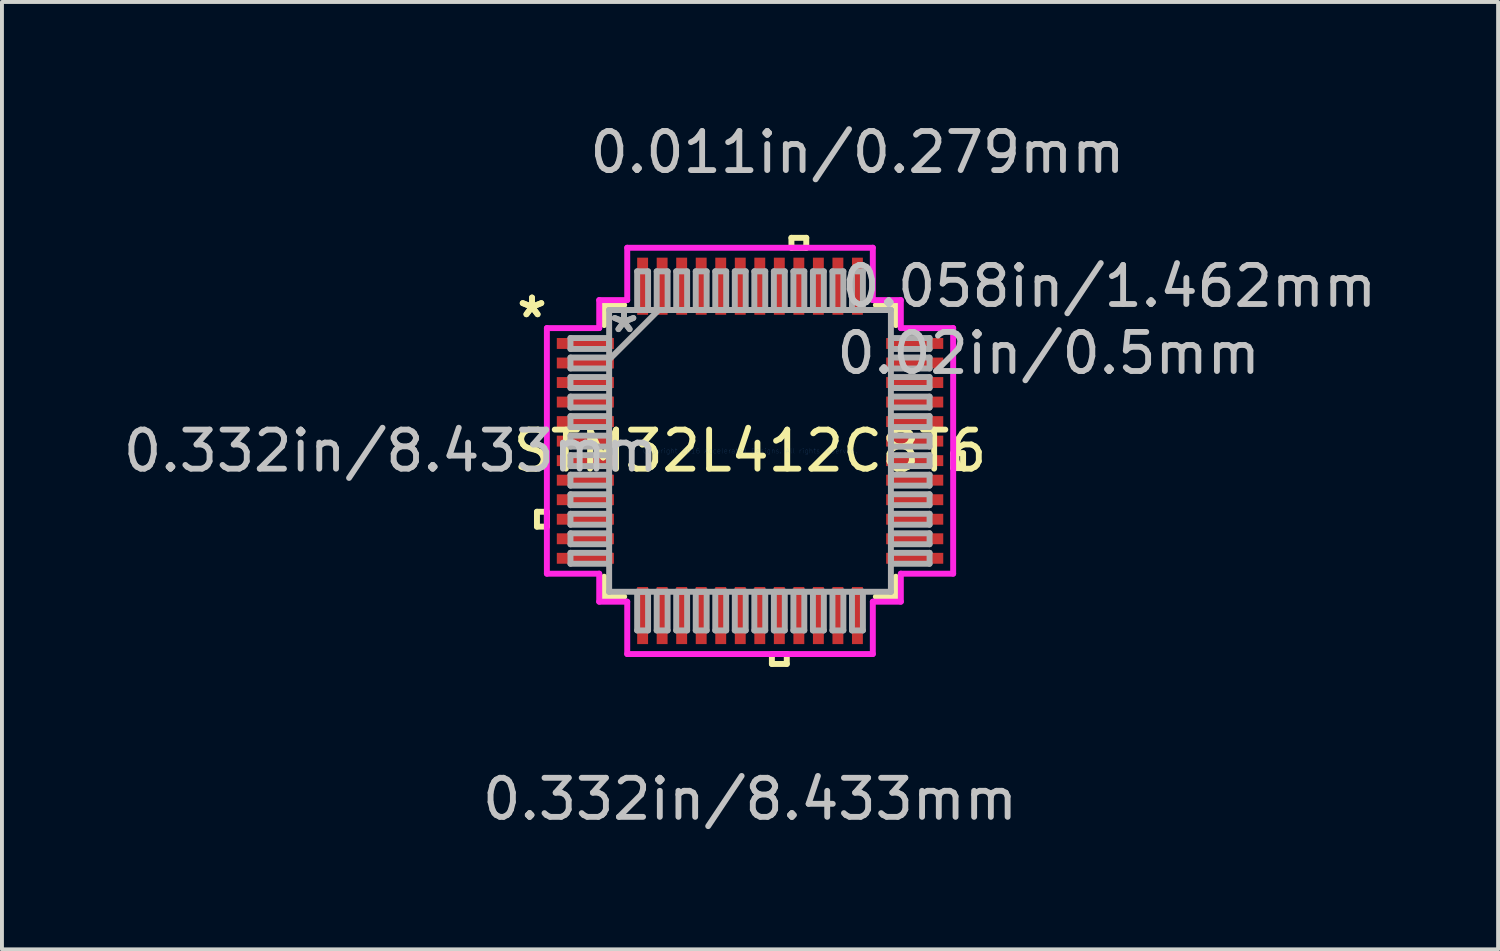
<source format=kicad_pcb>
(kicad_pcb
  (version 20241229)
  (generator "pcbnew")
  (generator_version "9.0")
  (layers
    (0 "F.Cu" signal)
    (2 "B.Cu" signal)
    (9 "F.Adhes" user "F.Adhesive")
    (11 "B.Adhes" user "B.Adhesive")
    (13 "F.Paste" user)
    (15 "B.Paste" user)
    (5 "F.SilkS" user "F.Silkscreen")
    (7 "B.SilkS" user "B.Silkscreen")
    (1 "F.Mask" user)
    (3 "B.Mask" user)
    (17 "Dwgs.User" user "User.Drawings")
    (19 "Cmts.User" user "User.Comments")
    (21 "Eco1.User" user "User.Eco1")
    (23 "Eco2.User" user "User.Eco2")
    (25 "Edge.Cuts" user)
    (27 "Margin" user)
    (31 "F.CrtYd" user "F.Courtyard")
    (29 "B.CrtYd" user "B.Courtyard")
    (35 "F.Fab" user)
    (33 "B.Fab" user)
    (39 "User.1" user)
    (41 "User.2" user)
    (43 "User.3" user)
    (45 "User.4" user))
  (footprint "STM32L412C8T6"
    (layer "F.Cu")
    (at 16.153 8.494)
    (property "Reference" "STM32L412C8T6" (at 0 0 0) (layer "F.SilkS") (effects (font (size 1 1) (thickness 0.15))))
    (attr through_hole)
    (fp_line (start -5.455 1.559) (end -5.455 1.94) (stroke (width 0.152) (type solid)) (layer "F.SilkS"))
    (fp_line (start -5.455 1.94) (end -5.201 1.94) (stroke (width 0.152) (type solid)) (layer "F.SilkS"))
    (fp_line (start -5.201 1.559) (end -5.455 1.559) (stroke (width 0.152) (type solid)) (layer "F.SilkS"))
    (fp_line (start -5.201 1.94) (end -5.201 1.559) (stroke (width 0.152) (type solid)) (layer "F.SilkS"))
    (fp_line (start -3.734 -3.734) (end -3.734 -3.222) (stroke (width 0.152) (type solid)) (layer "F.SilkS"))
    (fp_line (start -3.734 3.222) (end -3.734 3.734) (stroke (width 0.152) (type solid)) (layer "F.SilkS"))
    (fp_line (start -3.734 3.734) (end -3.222 3.734) (stroke (width 0.152) (type solid)) (layer "F.SilkS"))
    (fp_line (start -3.222 -3.734) (end -3.734 -3.734) (stroke (width 0.152) (type solid)) (layer "F.SilkS"))
    (fp_line (start 0.56 5.201) (end 0.56 5.455) (stroke (width 0.152) (type solid)) (layer "F.SilkS"))
    (fp_line (start 0.56 5.455) (end 0.941 5.455) (stroke (width 0.152) (type solid)) (layer "F.SilkS"))
    (fp_line (start 0.941 5.201) (end 0.56 5.201) (stroke (width 0.152) (type solid)) (layer "F.SilkS"))
    (fp_line (start 0.941 5.455) (end 0.941 5.201) (stroke (width 0.152) (type solid)) (layer "F.SilkS"))
    (fp_line (start 1.06 -5.455) (end 1.44 -5.455) (stroke (width 0.152) (type solid)) (layer "F.SilkS"))
    (fp_line (start 1.06 -5.201) (end 1.06 -5.455) (stroke (width 0.152) (type solid)) (layer "F.SilkS"))
    (fp_line (start 1.44 -5.455) (end 1.44 -5.201) (stroke (width 0.152) (type solid)) (layer "F.SilkS"))
    (fp_line (start 1.44 -5.201) (end 1.06 -5.201) (stroke (width 0.152) (type solid)) (layer "F.SilkS"))
    (fp_line (start 3.222 3.734) (end 3.734 3.734) (stroke (width 0.152) (type solid)) (layer "F.SilkS"))
    (fp_line (start 3.734 -3.734) (end 3.222 -3.734) (stroke (width 0.152) (type solid)) (layer "F.SilkS"))
    (fp_line (start 3.734 -3.222) (end 3.734 -3.734) (stroke (width 0.152) (type solid)) (layer "F.SilkS"))
    (fp_line (start 3.734 3.734) (end 3.734 3.222) (stroke (width 0.152) (type solid)) (layer "F.SilkS"))
    (fp_line (start 5.201 0.059) (end 5.455 0.059) (stroke (width 0.152) (type solid)) (layer "F.SilkS"))
    (fp_line (start 5.201 0.441) (end 5.201 0.059) (stroke (width 0.152) (type solid)) (layer "F.SilkS"))
    (fp_line (start 5.455 0.059) (end 5.455 0.441) (stroke (width 0.152) (type solid)) (layer "F.SilkS"))
    (fp_line (start 5.455 0.441) (end 5.201 0.441) (stroke (width 0.152) (type solid)) (layer "F.SilkS"))
    (fp_line (start -5.201 -3.144) (end -3.861 -3.144) (stroke (width 0.152) (type solid)) (layer "F.CrtYd"))
    (fp_line (start -5.201 3.144) (end -5.201 -3.144) (stroke (width 0.152) (type solid)) (layer "F.CrtYd"))
    (fp_line (start -3.861 -3.861) (end -3.144 -3.861) (stroke (width 0.152) (type solid)) (layer "F.CrtYd"))
    (fp_line (start -3.861 -3.144) (end -3.861 -3.861) (stroke (width 0.152) (type solid)) (layer "F.CrtYd"))
    (fp_line (start -3.861 3.144) (end -5.201 3.144) (stroke (width 0.152) (type solid)) (layer "F.CrtYd"))
    (fp_line (start -3.861 3.861) (end -3.861 3.144) (stroke (width 0.152) (type solid)) (layer "F.CrtYd"))
    (fp_line (start -3.144 -5.201) (end 3.144 -5.201) (stroke (width 0.152) (type solid)) (layer "F.CrtYd"))
    (fp_line (start -3.144 -3.861) (end -3.144 -5.201) (stroke (width 0.152) (type solid)) (layer "F.CrtYd"))
    (fp_line (start -3.144 3.861) (end -3.861 3.861) (stroke (width 0.152) (type solid)) (layer "F.CrtYd"))
    (fp_line (start -3.144 5.201) (end -3.144 3.861) (stroke (width 0.152) (type solid)) (layer "F.CrtYd"))
    (fp_line (start 3.144 -5.201) (end 3.144 -3.861) (stroke (width 0.152) (type solid)) (layer "F.CrtYd"))
    (fp_line (start 3.144 -3.861) (end 3.861 -3.861) (stroke (width 0.152) (type solid)) (layer "F.CrtYd"))
    (fp_line (start 3.144 3.861) (end 3.144 5.201) (stroke (width 0.152) (type solid)) (layer "F.CrtYd"))
    (fp_line (start 3.144 5.201) (end -3.144 5.201) (stroke (width 0.152) (type solid)) (layer "F.CrtYd"))
    (fp_line (start 3.861 -3.861) (end 3.861 -3.144) (stroke (width 0.152) (type solid)) (layer "F.CrtYd"))
    (fp_line (start 3.861 -3.144) (end 5.201 -3.144) (stroke (width 0.152) (type solid)) (layer "F.CrtYd"))
    (fp_line (start 3.861 3.144) (end 3.861 3.861) (stroke (width 0.152) (type solid)) (layer "F.CrtYd"))
    (fp_line (start 3.861 3.861) (end 3.144 3.861) (stroke (width 0.152) (type solid)) (layer "F.CrtYd"))
    (fp_line (start 5.201 -3.144) (end 5.201 3.144) (stroke (width 0.152) (type solid)) (layer "F.CrtYd"))
    (fp_line (start 5.201 3.144) (end 3.861 3.144) (stroke (width 0.152) (type solid)) (layer "F.CrtYd"))
    (fp_line (start -4.597 -2.89) (end -4.597 -2.61) (stroke (width 0.152) (type solid)) (layer "F.Fab"))
    (fp_line (start -4.597 -2.61) (end -3.607 -2.61) (stroke (width 0.152) (type solid)) (layer "F.Fab"))
    (fp_line (start -4.597 -2.39) (end -4.597 -2.11) (stroke (width 0.152) (type solid)) (layer "F.Fab"))
    (fp_line (start -4.597 -2.11) (end -3.607 -2.11) (stroke (width 0.152) (type solid)) (layer "F.Fab"))
    (fp_line (start -4.597 -1.89) (end -4.597 -1.61) (stroke (width 0.152) (type solid)) (layer "F.Fab"))
    (fp_line (start -4.597 -1.61) (end -3.607 -1.61) (stroke (width 0.152) (type solid)) (layer "F.Fab"))
    (fp_line (start -4.597 -1.39) (end -4.597 -1.11) (stroke (width 0.152) (type solid)) (layer "F.Fab"))
    (fp_line (start -4.597 -1.11) (end -3.607 -1.11) (stroke (width 0.152) (type solid)) (layer "F.Fab"))
    (fp_line (start -4.597 -0.89) (end -4.597 -0.61) (stroke (width 0.152) (type solid)) (layer "F.Fab"))
    (fp_line (start -4.597 -0.61) (end -3.607 -0.61) (stroke (width 0.152) (type solid)) (layer "F.Fab"))
    (fp_line (start -4.597 -0.39) (end -4.597 -0.11) (stroke (width 0.152) (type solid)) (layer "F.Fab"))
    (fp_line (start -4.597 -0.11) (end -3.607 -0.11) (stroke (width 0.152) (type solid)) (layer "F.Fab"))
    (fp_line (start -4.597 0.11) (end -4.597 0.39) (stroke (width 0.152) (type solid)) (layer "F.Fab"))
    (fp_line (start -4.597 0.39) (end -3.607 0.39) (stroke (width 0.152) (type solid)) (layer "F.Fab"))
    (fp_line (start -4.597 0.61) (end -4.597 0.89) (stroke (width 0.152) (type solid)) (layer "F.Fab"))
    (fp_line (start -4.597 0.89) (end -3.607 0.89) (stroke (width 0.152) (type solid)) (layer "F.Fab"))
    (fp_line (start -4.597 1.11) (end -4.597 1.39) (stroke (width 0.152) (type solid)) (layer "F.Fab"))
    (fp_line (start -4.597 1.39) (end -3.607 1.39) (stroke (width 0.152) (type solid)) (layer "F.Fab"))
    (fp_line (start -4.597 1.61) (end -4.597 1.89) (stroke (width 0.152) (type solid)) (layer "F.Fab"))
    (fp_line (start -4.597 1.89) (end -3.607 1.89) (stroke (width 0.152) (type solid)) (layer "F.Fab"))
    (fp_line (start -4.597 2.11) (end -4.597 2.39) (stroke (width 0.152) (type solid)) (layer "F.Fab"))
    (fp_line (start -4.597 2.39) (end -3.607 2.39) (stroke (width 0.152) (type solid)) (layer "F.Fab"))
    (fp_line (start -4.597 2.61) (end -4.597 2.89) (stroke (width 0.152) (type solid)) (layer "F.Fab"))
    (fp_line (start -4.597 2.89) (end -3.607 2.89) (stroke (width 0.152) (type solid)) (layer "F.Fab"))
    (fp_line (start -3.607 -3.607) (end -3.607 -3.607) (stroke (width 0.152) (type solid)) (layer "F.Fab"))
    (fp_line (start -3.607 -3.607) (end -3.607 3.607) (stroke (width 0.152) (type solid)) (layer "F.Fab"))
    (fp_line (start -3.607 -2.89) (end -4.597 -2.89) (stroke (width 0.152) (type solid)) (layer "F.Fab"))
    (fp_line (start -3.607 -2.61) (end -3.607 -2.89) (stroke (width 0.152) (type solid)) (layer "F.Fab"))
    (fp_line (start -3.607 -2.39) (end -4.597 -2.39) (stroke (width 0.152) (type solid)) (layer "F.Fab"))
    (fp_line (start -3.607 -2.337) (end -2.337 -3.607) (stroke (width 0.152) (type solid)) (layer "F.Fab"))
    (fp_line (start -3.607 -2.11) (end -3.607 -2.39) (stroke (width 0.152) (type solid)) (layer "F.Fab"))
    (fp_line (start -3.607 -1.89) (end -4.597 -1.89) (stroke (width 0.152) (type solid)) (layer "F.Fab"))
    (fp_line (start -3.607 -1.61) (end -3.607 -1.89) (stroke (width 0.152) (type solid)) (layer "F.Fab"))
    (fp_line (start -3.607 -1.39) (end -4.597 -1.39) (stroke (width 0.152) (type solid)) (layer "F.Fab"))
    (fp_line (start -3.607 -1.11) (end -3.607 -1.39) (stroke (width 0.152) (type solid)) (layer "F.Fab"))
    (fp_line (start -3.607 -0.89) (end -4.597 -0.89) (stroke (width 0.152) (type solid)) (layer "F.Fab"))
    (fp_line (start -3.607 -0.61) (end -3.607 -0.89) (stroke (width 0.152) (type solid)) (layer "F.Fab"))
    (fp_line (start -3.607 -0.39) (end -4.597 -0.39) (stroke (width 0.152) (type solid)) (layer "F.Fab"))
    (fp_line (start -3.607 -0.11) (end -3.607 -0.39) (stroke (width 0.152) (type solid)) (layer "F.Fab"))
    (fp_line (start -3.607 0.11) (end -4.597 0.11) (stroke (width 0.152) (type solid)) (layer "F.Fab"))
    (fp_line (start -3.607 0.39) (end -3.607 0.11) (stroke (width 0.152) (type solid)) (layer "F.Fab"))
    (fp_line (start -3.607 0.61) (end -4.597 0.61) (stroke (width 0.152) (type solid)) (layer "F.Fab"))
    (fp_line (start -3.607 0.89) (end -3.607 0.61) (stroke (width 0.152) (type solid)) (layer "F.Fab"))
    (fp_line (start -3.607 1.11) (end -4.597 1.11) (stroke (width 0.152) (type solid)) (layer "F.Fab"))
    (fp_line (start -3.607 1.39) (end -3.607 1.11) (stroke (width 0.152) (type solid)) (layer "F.Fab"))
    (fp_line (start -3.607 1.61) (end -4.597 1.61) (stroke (width 0.152) (type solid)) (layer "F.Fab"))
    (fp_line (start -3.607 1.89) (end -3.607 1.61) (stroke (width 0.152) (type solid)) (layer "F.Fab"))
    (fp_line (start -3.607 2.11) (end -4.597 2.11) (stroke (width 0.152) (type solid)) (layer "F.Fab"))
    (fp_line (start -3.607 2.39) (end -3.607 2.11) (stroke (width 0.152) (type solid)) (layer "F.Fab"))
    (fp_line (start -3.607 2.61) (end -4.597 2.61) (stroke (width 0.152) (type solid)) (layer "F.Fab"))
    (fp_line (start -3.607 2.89) (end -3.607 2.61) (stroke (width 0.152) (type solid)) (layer "F.Fab"))
    (fp_line (start -3.607 3.607) (end -3.607 3.607) (stroke (width 0.152) (type solid)) (layer "F.Fab"))
    (fp_line (start -3.607 3.607) (end 3.607 3.607) (stroke (width 0.152) (type solid)) (layer "F.Fab"))
    (fp_line (start -2.89 -4.597) (end -2.89 -3.607) (stroke (width 0.152) (type solid)) (layer "F.Fab"))
    (fp_line (start -2.89 -3.607) (end -2.61 -3.607) (stroke (width 0.152) (type solid)) (layer "F.Fab"))
    (fp_line (start -2.89 3.607) (end -2.89 4.597) (stroke (width 0.152) (type solid)) (layer "F.Fab"))
    (fp_line (start -2.89 4.597) (end -2.61 4.597) (stroke (width 0.152) (type solid)) (layer "F.Fab"))
    (fp_line (start -2.61 -4.597) (end -2.89 -4.597) (stroke (width 0.152) (type solid)) (layer "F.Fab"))
    (fp_line (start -2.61 -3.607) (end -2.61 -4.597) (stroke (width 0.152) (type solid)) (layer "F.Fab"))
    (fp_line (start -2.61 3.607) (end -2.89 3.607) (stroke (width 0.152) (type solid)) (layer "F.Fab"))
    (fp_line (start -2.61 4.597) (end -2.61 3.607) (stroke (width 0.152) (type solid)) (layer "F.Fab"))
    (fp_line (start -2.39 -4.597) (end -2.39 -3.607) (stroke (width 0.152) (type solid)) (layer "F.Fab"))
    (fp_line (start -2.39 -3.607) (end -2.11 -3.607) (stroke (width 0.152) (type solid)) (layer "F.Fab"))
    (fp_line (start -2.39 3.607) (end -2.39 4.597) (stroke (width 0.152) (type solid)) (layer "F.Fab"))
    (fp_line (start -2.39 4.597) (end -2.11 4.597) (stroke (width 0.152) (type solid)) (layer "F.Fab"))
    (fp_line (start -2.11 -4.597) (end -2.39 -4.597) (stroke (width 0.152) (type solid)) (layer "F.Fab"))
    (fp_line (start -2.11 -3.607) (end -2.11 -4.597) (stroke (width 0.152) (type solid)) (layer "F.Fab"))
    (fp_line (start -2.11 3.607) (end -2.39 3.607) (stroke (width 0.152) (type solid)) (layer "F.Fab"))
    (fp_line (start -2.11 4.597) (end -2.11 3.607) (stroke (width 0.152) (type solid)) (layer "F.Fab"))
    (fp_line (start -1.89 -4.597) (end -1.89 -3.607) (stroke (width 0.152) (type solid)) (layer "F.Fab"))
    (fp_line (start -1.89 -3.607) (end -1.61 -3.607) (stroke (width 0.152) (type solid)) (layer "F.Fab"))
    (fp_line (start -1.89 3.607) (end -1.89 4.597) (stroke (width 0.152) (type solid)) (layer "F.Fab"))
    (fp_line (start -1.89 4.597) (end -1.61 4.597) (stroke (width 0.152) (type solid)) (layer "F.Fab"))
    (fp_line (start -1.61 -4.597) (end -1.89 -4.597) (stroke (width 0.152) (type solid)) (layer "F.Fab"))
    (fp_line (start -1.61 -3.607) (end -1.61 -4.597) (stroke (width 0.152) (type solid)) (layer "F.Fab"))
    (fp_line (start -1.61 3.607) (end -1.89 3.607) (stroke (width 0.152) (type solid)) (layer "F.Fab"))
    (fp_line (start -1.61 4.597) (end -1.61 3.607) (stroke (width 0.152) (type solid)) (layer "F.Fab"))
    (fp_line (start -1.39 -4.597) (end -1.39 -3.607) (stroke (width 0.152) (type solid)) (layer "F.Fab"))
    (fp_line (start -1.39 -3.607) (end -1.11 -3.607) (stroke (width 0.152) (type solid)) (layer "F.Fab"))
    (fp_line (start -1.39 3.607) (end -1.39 4.597) (stroke (width 0.152) (type solid)) (layer "F.Fab"))
    (fp_line (start -1.39 4.597) (end -1.11 4.597) (stroke (width 0.152) (type solid)) (layer "F.Fab"))
    (fp_line (start -1.11 -4.597) (end -1.39 -4.597) (stroke (width 0.152) (type solid)) (layer "F.Fab"))
    (fp_line (start -1.11 -3.607) (end -1.11 -4.597) (stroke (width 0.152) (type solid)) (layer "F.Fab"))
    (fp_line (start -1.11 3.607) (end -1.39 3.607) (stroke (width 0.152) (type solid)) (layer "F.Fab"))
    (fp_line (start -1.11 4.597) (end -1.11 3.607) (stroke (width 0.152) (type solid)) (layer "F.Fab"))
    (fp_line (start -0.89 -4.597) (end -0.89 -3.607) (stroke (width 0.152) (type solid)) (layer "F.Fab"))
    (fp_line (start -0.89 -3.607) (end -0.61 -3.607) (stroke (width 0.152) (type solid)) (layer "F.Fab"))
    (fp_line (start -0.89 3.607) (end -0.89 4.597) (stroke (width 0.152) (type solid)) (layer "F.Fab"))
    (fp_line (start -0.89 4.597) (end -0.61 4.597) (stroke (width 0.152) (type solid)) (layer "F.Fab"))
    (fp_line (start -0.61 -4.597) (end -0.89 -4.597) (stroke (width 0.152) (type solid)) (layer "F.Fab"))
    (fp_line (start -0.61 -3.607) (end -0.61 -4.597) (stroke (width 0.152) (type solid)) (layer "F.Fab"))
    (fp_line (start -0.61 3.607) (end -0.89 3.607) (stroke (width 0.152) (type solid)) (layer "F.Fab"))
    (fp_line (start -0.61 4.597) (end -0.61 3.607) (stroke (width 0.152) (type solid)) (layer "F.Fab"))
    (fp_line (start -0.39 -4.597) (end -0.39 -3.607) (stroke (width 0.152) (type solid)) (layer "F.Fab"))
    (fp_line (start -0.39 -3.607) (end -0.11 -3.607) (stroke (width 0.152) (type solid)) (layer "F.Fab"))
    (fp_line (start -0.39 3.607) (end -0.39 4.597) (stroke (width 0.152) (type solid)) (layer "F.Fab"))
    (fp_line (start -0.39 4.597) (end -0.11 4.597) (stroke (width 0.152) (type solid)) (layer "F.Fab"))
    (fp_line (start -0.11 -4.597) (end -0.39 -4.597) (stroke (width 0.152) (type solid)) (layer "F.Fab"))
    (fp_line (start -0.11 -3.607) (end -0.11 -4.597) (stroke (width 0.152) (type solid)) (layer "F.Fab"))
    (fp_line (start -0.11 3.607) (end -0.39 3.607) (stroke (width 0.152) (type solid)) (layer "F.Fab"))
    (fp_line (start -0.11 4.597) (end -0.11 3.607) (stroke (width 0.152) (type solid)) (layer "F.Fab"))
    (fp_line (start 0.11 -4.597) (end 0.11 -3.607) (stroke (width 0.152) (type solid)) (layer "F.Fab"))
    (fp_line (start 0.11 -3.607) (end 0.39 -3.607) (stroke (width 0.152) (type solid)) (layer "F.Fab"))
    (fp_line (start 0.11 3.607) (end 0.11 4.597) (stroke (width 0.152) (type solid)) (layer "F.Fab"))
    (fp_line (start 0.11 4.597) (end 0.39 4.597) (stroke (width 0.152) (type solid)) (layer "F.Fab"))
    (fp_line (start 0.39 -4.597) (end 0.11 -4.597) (stroke (width 0.152) (type solid)) (layer "F.Fab"))
    (fp_line (start 0.39 -3.607) (end 0.39 -4.597) (stroke (width 0.152) (type solid)) (layer "F.Fab"))
    (fp_line (start 0.39 3.607) (end 0.11 3.607) (stroke (width 0.152) (type solid)) (layer "F.Fab"))
    (fp_line (start 0.39 4.597) (end 0.39 3.607) (stroke (width 0.152) (type solid)) (layer "F.Fab"))
    (fp_line (start 0.61 -4.597) (end 0.61 -3.607) (stroke (width 0.152) (type solid)) (layer "F.Fab"))
    (fp_line (start 0.61 -3.607) (end 0.89 -3.607) (stroke (width 0.152) (type solid)) (layer "F.Fab"))
    (fp_line (start 0.61 3.607) (end 0.61 4.597) (stroke (width 0.152) (type solid)) (layer "F.Fab"))
    (fp_line (start 0.61 4.597) (end 0.89 4.597) (stroke (width 0.152) (type solid)) (layer "F.Fab"))
    (fp_line (start 0.89 -4.597) (end 0.61 -4.597) (stroke (width 0.152) (type solid)) (layer "F.Fab"))
    (fp_line (start 0.89 -3.607) (end 0.89 -4.597) (stroke (width 0.152) (type solid)) (layer "F.Fab"))
    (fp_line (start 0.89 3.607) (end 0.61 3.607) (stroke (width 0.152) (type solid)) (layer "F.Fab"))
    (fp_line (start 0.89 4.597) (end 0.89 3.607) (stroke (width 0.152) (type solid)) (layer "F.Fab"))
    (fp_line (start 1.11 -4.597) (end 1.11 -3.607) (stroke (width 0.152) (type solid)) (layer "F.Fab"))
    (fp_line (start 1.11 -3.607) (end 1.39 -3.607) (stroke (width 0.152) (type solid)) (layer "F.Fab"))
    (fp_line (start 1.11 3.607) (end 1.11 4.597) (stroke (width 0.152) (type solid)) (layer "F.Fab"))
    (fp_line (start 1.11 4.597) (end 1.39 4.597) (stroke (width 0.152) (type solid)) (layer "F.Fab"))
    (fp_line (start 1.39 -4.597) (end 1.11 -4.597) (stroke (width 0.152) (type solid)) (layer "F.Fab"))
    (fp_line (start 1.39 -3.607) (end 1.39 -4.597) (stroke (width 0.152) (type solid)) (layer "F.Fab"))
    (fp_line (start 1.39 3.607) (end 1.11 3.607) (stroke (width 0.152) (type solid)) (layer "F.Fab"))
    (fp_line (start 1.39 4.597) (end 1.39 3.607) (stroke (width 0.152) (type solid)) (layer "F.Fab"))
    (fp_line (start 1.61 -4.597) (end 1.61 -3.607) (stroke (width 0.152) (type solid)) (layer "F.Fab"))
    (fp_line (start 1.61 -3.607) (end 1.89 -3.607) (stroke (width 0.152) (type solid)) (layer "F.Fab"))
    (fp_line (start 1.61 3.607) (end 1.61 4.597) (stroke (width 0.152) (type solid)) (layer "F.Fab"))
    (fp_line (start 1.61 4.597) (end 1.89 4.597) (stroke (width 0.152) (type solid)) (layer "F.Fab"))
    (fp_line (start 1.89 -4.597) (end 1.61 -4.597) (stroke (width 0.152) (type solid)) (layer "F.Fab"))
    (fp_line (start 1.89 -3.607) (end 1.89 -4.597) (stroke (width 0.152) (type solid)) (layer "F.Fab"))
    (fp_line (start 1.89 3.607) (end 1.61 3.607) (stroke (width 0.152) (type solid)) (layer "F.Fab"))
    (fp_line (start 1.89 4.597) (end 1.89 3.607) (stroke (width 0.152) (type solid)) (layer "F.Fab"))
    (fp_line (start 2.11 -4.597) (end 2.11 -3.607) (stroke (width 0.152) (type solid)) (layer "F.Fab"))
    (fp_line (start 2.11 -3.607) (end 2.39 -3.607) (stroke (width 0.152) (type solid)) (layer "F.Fab"))
    (fp_line (start 2.11 3.607) (end 2.11 4.597) (stroke (width 0.152) (type solid)) (layer "F.Fab"))
    (fp_line (start 2.11 4.597) (end 2.39 4.597) (stroke (width 0.152) (type solid)) (layer "F.Fab"))
    (fp_line (start 2.39 -4.597) (end 2.11 -4.597) (stroke (width 0.152) (type solid)) (layer "F.Fab"))
    (fp_line (start 2.39 -3.607) (end 2.39 -4.597) (stroke (width 0.152) (type solid)) (layer "F.Fab"))
    (fp_line (start 2.39 3.607) (end 2.11 3.607) (stroke (width 0.152) (type solid)) (layer "F.Fab"))
    (fp_line (start 2.39 4.597) (end 2.39 3.607) (stroke (width 0.152) (type solid)) (layer "F.Fab"))
    (fp_line (start 2.61 -4.597) (end 2.61 -3.607) (stroke (width 0.152) (type solid)) (layer "F.Fab"))
    (fp_line (start 2.61 -3.607) (end 2.89 -3.607) (stroke (width 0.152) (type solid)) (layer "F.Fab"))
    (fp_line (start 2.61 3.607) (end 2.61 4.597) (stroke (width 0.152) (type solid)) (layer "F.Fab"))
    (fp_line (start 2.61 4.597) (end 2.89 4.597) (stroke (width 0.152) (type solid)) (layer "F.Fab"))
    (fp_line (start 2.89 -4.597) (end 2.61 -4.597) (stroke (width 0.152) (type solid)) (layer "F.Fab"))
    (fp_line (start 2.89 -3.607) (end 2.89 -4.597) (stroke (width 0.152) (type solid)) (layer "F.Fab"))
    (fp_line (start 2.89 3.607) (end 2.61 3.607) (stroke (width 0.152) (type solid)) (layer "F.Fab"))
    (fp_line (start 2.89 4.597) (end 2.89 3.607) (stroke (width 0.152) (type solid)) (layer "F.Fab"))
    (fp_line (start 3.607 -3.607) (end -3.607 -3.607) (stroke (width 0.152) (type solid)) (layer "F.Fab"))
    (fp_line (start 3.607 -3.607) (end 3.607 -3.607) (stroke (width 0.152) (type solid)) (layer "F.Fab"))
    (fp_line (start 3.607 -2.89) (end 3.607 -2.61) (stroke (width 0.152) (type solid)) (layer "F.Fab"))
    (fp_line (start 3.607 -2.61) (end 4.597 -2.61) (stroke (width 0.152) (type solid)) (layer "F.Fab"))
    (fp_line (start 3.607 -2.39) (end 3.607 -2.11) (stroke (width 0.152) (type solid)) (layer "F.Fab"))
    (fp_line (start 3.607 -2.11) (end 4.597 -2.11) (stroke (width 0.152) (type solid)) (layer "F.Fab"))
    (fp_line (start 3.607 -1.89) (end 3.607 -1.61) (stroke (width 0.152) (type solid)) (layer "F.Fab"))
    (fp_line (start 3.607 -1.61) (end 4.597 -1.61) (stroke (width 0.152) (type solid)) (layer "F.Fab"))
    (fp_line (start 3.607 -1.39) (end 3.607 -1.11) (stroke (width 0.152) (type solid)) (layer "F.Fab"))
    (fp_line (start 3.607 -1.11) (end 4.597 -1.11) (stroke (width 0.152) (type solid)) (layer "F.Fab"))
    (fp_line (start 3.607 -0.89) (end 3.607 -0.61) (stroke (width 0.152) (type solid)) (layer "F.Fab"))
    (fp_line (start 3.607 -0.61) (end 4.597 -0.61) (stroke (width 0.152) (type solid)) (layer "F.Fab"))
    (fp_line (start 3.607 -0.39) (end 3.607 -0.11) (stroke (width 0.152) (type solid)) (layer "F.Fab"))
    (fp_line (start 3.607 -0.11) (end 4.597 -0.11) (stroke (width 0.152) (type solid)) (layer "F.Fab"))
    (fp_line (start 3.607 0.11) (end 3.607 0.39) (stroke (width 0.152) (type solid)) (layer "F.Fab"))
    (fp_line (start 3.607 0.39) (end 4.597 0.39) (stroke (width 0.152) (type solid)) (layer "F.Fab"))
    (fp_line (start 3.607 0.61) (end 3.607 0.89) (stroke (width 0.152) (type solid)) (layer "F.Fab"))
    (fp_line (start 3.607 0.89) (end 4.597 0.89) (stroke (width 0.152) (type solid)) (layer "F.Fab"))
    (fp_line (start 3.607 1.11) (end 3.607 1.39) (stroke (width 0.152) (type solid)) (layer "F.Fab"))
    (fp_line (start 3.607 1.39) (end 4.597 1.39) (stroke (width 0.152) (type solid)) (layer "F.Fab"))
    (fp_line (start 3.607 1.61) (end 3.607 1.89) (stroke (width 0.152) (type solid)) (layer "F.Fab"))
    (fp_line (start 3.607 1.89) (end 4.597 1.89) (stroke (width 0.152) (type solid)) (layer "F.Fab"))
    (fp_line (start 3.607 2.11) (end 3.607 2.39) (stroke (width 0.152) (type solid)) (layer "F.Fab"))
    (fp_line (start 3.607 2.39) (end 4.597 2.39) (stroke (width 0.152) (type solid)) (layer "F.Fab"))
    (fp_line (start 3.607 2.61) (end 3.607 2.89) (stroke (width 0.152) (type solid)) (layer "F.Fab"))
    (fp_line (start 3.607 2.89) (end 4.597 2.89) (stroke (width 0.152) (type solid)) (layer "F.Fab"))
    (fp_line (start 3.607 3.607) (end 3.607 -3.607) (stroke (width 0.152) (type solid)) (layer "F.Fab"))
    (fp_line (start 3.607 3.607) (end 3.607 3.607) (stroke (width 0.152) (type solid)) (layer "F.Fab"))
    (fp_line (start 4.597 -2.89) (end 3.607 -2.89) (stroke (width 0.152) (type solid)) (layer "F.Fab"))
    (fp_line (start 4.597 -2.61) (end 4.597 -2.89) (stroke (width 0.152) (type solid)) (layer "F.Fab"))
    (fp_line (start 4.597 -2.39) (end 3.607 -2.39) (stroke (width 0.152) (type solid)) (layer "F.Fab"))
    (fp_line (start 4.597 -2.11) (end 4.597 -2.39) (stroke (width 0.152) (type solid)) (layer "F.Fab"))
    (fp_line (start 4.597 -1.89) (end 3.607 -1.89) (stroke (width 0.152) (type solid)) (layer "F.Fab"))
    (fp_line (start 4.597 -1.61) (end 4.597 -1.89) (stroke (width 0.152) (type solid)) (layer "F.Fab"))
    (fp_line (start 4.597 -1.39) (end 3.607 -1.39) (stroke (width 0.152) (type solid)) (layer "F.Fab"))
    (fp_line (start 4.597 -1.11) (end 4.597 -1.39) (stroke (width 0.152) (type solid)) (layer "F.Fab"))
    (fp_line (start 4.597 -0.89) (end 3.607 -0.89) (stroke (width 0.152) (type solid)) (layer "F.Fab"))
    (fp_line (start 4.597 -0.61) (end 4.597 -0.89) (stroke (width 0.152) (type solid)) (layer "F.Fab"))
    (fp_line (start 4.597 -0.39) (end 3.607 -0.39) (stroke (width 0.152) (type solid)) (layer "F.Fab"))
    (fp_line (start 4.597 -0.11) (end 4.597 -0.39) (stroke (width 0.152) (type solid)) (layer "F.Fab"))
    (fp_line (start 4.597 0.11) (end 3.607 0.11) (stroke (width 0.152) (type solid)) (layer "F.Fab"))
    (fp_line (start 4.597 0.39) (end 4.597 0.11) (stroke (width 0.152) (type solid)) (layer "F.Fab"))
    (fp_line (start 4.597 0.61) (end 3.607 0.61) (stroke (width 0.152) (type solid)) (layer "F.Fab"))
    (fp_line (start 4.597 0.89) (end 4.597 0.61) (stroke (width 0.152) (type solid)) (layer "F.Fab"))
    (fp_line (start 4.597 1.11) (end 3.607 1.11) (stroke (width 0.152) (type solid)) (layer "F.Fab"))
    (fp_line (start 4.597 1.39) (end 4.597 1.11) (stroke (width 0.152) (type solid)) (layer "F.Fab"))
    (fp_line (start 4.597 1.61) (end 3.607 1.61) (stroke (width 0.152) (type solid)) (layer "F.Fab"))
    (fp_line (start 4.597 1.89) (end 4.597 1.61) (stroke (width 0.152) (type solid)) (layer "F.Fab"))
    (fp_line (start 4.597 2.11) (end 3.607 2.11) (stroke (width 0.152) (type solid)) (layer "F.Fab"))
    (fp_line (start 4.597 2.39) (end 4.597 2.11) (stroke (width 0.152) (type solid)) (layer "F.Fab"))
    (fp_line (start 4.597 2.61) (end 3.607 2.61) (stroke (width 0.152) (type solid)) (layer "F.Fab"))
    (fp_line (start 4.597 2.89) (end 4.597 2.61) (stroke (width 0.152) (type solid)) (layer "F.Fab"))
    (fp_text user "*" (at -5.582 -3.381 0) (layer "F.SilkS") (effects (font (size 1 1) (thickness 0.15))))
    (fp_text user "*" (at -5.582 -3.381 0) (layer "F.SilkS") (effects (font (size 1 1) (thickness 0.15))))
    (fp_text user "0.02in/0.5mm" (at 7.645 -2.5 0) (layer "Dwgs.User") (effects (font (size 1 1) (thickness 0.15))))
    (fp_text user "0.332in/8.433mm" (at -9.195 0 0) (layer "Dwgs.User") (effects (font (size 1 1) (thickness 0.15))))
    (fp_text user "0.011in/0.279mm" (at 2.75 -7.645 0) (layer "Dwgs.User") (effects (font (size 1 1) (thickness 0.15))))
    (fp_text user "0.058in/1.462mm" (at 9.195 -4.216 0) (layer "Dwgs.User") (effects (font (size 1 1) (thickness 0.15))))
    (fp_text user "0.332in/8.433mm" (at 0 8.915 0) (layer "Dwgs.User") (effects (font (size 1 1) (thickness 0.15))))
    (fp_text user "Copyright 2016 Accelerated Designs. All rights reserved." (at 0 0 0) (layer "Cmts.User") (effects (font (size 0.127 0.127) (thickness 0.002))))
    (fp_text user "*" (at -3.226 -3 0) (layer "F.Fab") (effects (font (size 1 1) (thickness 0.15))))
    (fp_text user "*" (at -3.226 -3 0) (layer "F.Fab") (effects (font (size 1 1) (thickness 0.15))))
    (pad "1" smd rect (at -4.216 -2.75 90) (size 0.279 1.462) (layers "F.Cu" "F.Mask" "F.Paste"))
    (pad "2" smd rect (at -4.216 -2.25 90) (size 0.279 1.462) (layers "F.Cu" "F.Mask" "F.Paste"))
    (pad "3" smd rect (at -4.216 -1.75 90) (size 0.279 1.462) (layers "F.Cu" "F.Mask" "F.Paste"))
    (pad "4" smd rect (at -4.216 -1.25 90) (size 0.279 1.462) (layers "F.Cu" "F.Mask" "F.Paste"))
    (pad "5" smd rect (at -4.216 -0.75 90) (size 0.279 1.462) (layers "F.Cu" "F.Mask" "F.Paste"))
    (pad "6" smd rect (at -4.216 -0.25 90) (size 0.279 1.462) (layers "F.Cu" "F.Mask" "F.Paste"))
    (pad "7" smd rect (at -4.216 0.25 90) (size 0.279 1.462) (layers "F.Cu" "F.Mask" "F.Paste"))
    (pad "8" smd rect (at -4.216 0.75 90) (size 0.279 1.462) (layers "F.Cu" "F.Mask" "F.Paste"))
    (pad "9" smd rect (at -4.216 1.25 90) (size 0.279 1.462) (layers "F.Cu" "F.Mask" "F.Paste"))
    (pad "10" smd rect (at -4.216 1.75 90) (size 0.279 1.462) (layers "F.Cu" "F.Mask" "F.Paste"))
    (pad "11" smd rect (at -4.216 2.25 90) (size 0.279 1.462) (layers "F.Cu" "F.Mask" "F.Paste"))
    (pad "12" smd rect (at -4.216 2.75 90) (size 0.279 1.462) (layers "F.Cu" "F.Mask" "F.Paste"))
    (pad "13" smd rect (at -2.75 4.216) (size 0.279 1.462) (layers "F.Cu" "F.Mask" "F.Paste"))
    (pad "14" smd rect (at -2.25 4.216) (size 0.279 1.462) (layers "F.Cu" "F.Mask" "F.Paste"))
    (pad "15" smd rect (at -1.75 4.216) (size 0.279 1.462) (layers "F.Cu" "F.Mask" "F.Paste"))
    (pad "16" smd rect (at -1.25 4.216) (size 0.279 1.462) (layers "F.Cu" "F.Mask" "F.Paste"))
    (pad "17" smd rect (at -0.75 4.216) (size 0.279 1.462) (layers "F.Cu" "F.Mask" "F.Paste"))
    (pad "18" smd rect (at -0.25 4.216) (size 0.279 1.462) (layers "F.Cu" "F.Mask" "F.Paste"))
    (pad "19" smd rect (at 0.25 4.216) (size 0.279 1.462) (layers "F.Cu" "F.Mask" "F.Paste"))
    (pad "20" smd rect (at 0.75 4.216) (size 0.279 1.462) (layers "F.Cu" "F.Mask" "F.Paste"))
    (pad "21" smd rect (at 1.25 4.216) (size 0.279 1.462) (layers "F.Cu" "F.Mask" "F.Paste"))
    (pad "22" smd rect (at 1.75 4.216) (size 0.279 1.462) (layers "F.Cu" "F.Mask" "F.Paste"))
    (pad "23" smd rect (at 2.25 4.216) (size 0.279 1.462) (layers "F.Cu" "F.Mask" "F.Paste"))
    (pad "24" smd rect (at 2.75 4.216) (size 0.279 1.462) (layers "F.Cu" "F.Mask" "F.Paste"))
    (pad "25" smd rect (at 4.216 2.75 90) (size 0.279 1.462) (layers "F.Cu" "F.Mask" "F.Paste"))
    (pad "26" smd rect (at 4.216 2.25 90) (size 0.279 1.462) (layers "F.Cu" "F.Mask" "F.Paste"))
    (pad "27" smd rect (at 4.216 1.75 90) (size 0.279 1.462) (layers "F.Cu" "F.Mask" "F.Paste"))
    (pad "28" smd rect (at 4.216 1.25 90) (size 0.279 1.462) (layers "F.Cu" "F.Mask" "F.Paste"))
    (pad "29" smd rect (at 4.216 0.75 90) (size 0.279 1.462) (layers "F.Cu" "F.Mask" "F.Paste"))
    (pad "30" smd rect (at 4.216 0.25 90) (size 0.279 1.462) (layers "F.Cu" "F.Mask" "F.Paste"))
    (pad "31" smd rect (at 4.216 -0.25 90) (size 0.279 1.462) (layers "F.Cu" "F.Mask" "F.Paste"))
    (pad "32" smd rect (at 4.216 -0.75 90) (size 0.279 1.462) (layers "F.Cu" "F.Mask" "F.Paste"))
    (pad "33" smd rect (at 4.216 -1.25 90) (size 0.279 1.462) (layers "F.Cu" "F.Mask" "F.Paste"))
    (pad "34" smd rect (at 4.216 -1.75 90) (size 0.279 1.462) (layers "F.Cu" "F.Mask" "F.Paste"))
    (pad "35" smd rect (at 4.216 -2.25 90) (size 0.279 1.462) (layers "F.Cu" "F.Mask" "F.Paste"))
    (pad "36" smd rect (at 4.216 -2.75 90) (size 0.279 1.462) (layers "F.Cu" "F.Mask" "F.Paste"))
    (pad "37" smd rect (at 2.75 -4.216) (size 0.279 1.462) (layers "F.Cu" "F.Mask" "F.Paste"))
    (pad "38" smd rect (at 2.25 -4.216) (size 0.279 1.462) (layers "F.Cu" "F.Mask" "F.Paste"))
    (pad "39" smd rect (at 1.75 -4.216) (size 0.279 1.462) (layers "F.Cu" "F.Mask" "F.Paste"))
    (pad "40" smd rect (at 1.25 -4.216) (size 0.279 1.462) (layers "F.Cu" "F.Mask" "F.Paste"))
    (pad "41" smd rect (at 0.75 -4.216) (size 0.279 1.462) (layers "F.Cu" "F.Mask" "F.Paste"))
    (pad "42" smd rect (at 0.25 -4.216) (size 0.279 1.462) (layers "F.Cu" "F.Mask" "F.Paste"))
    (pad "43" smd rect (at -0.25 -4.216) (size 0.279 1.462) (layers "F.Cu" "F.Mask" "F.Paste"))
    (pad "44" smd rect (at -0.75 -4.216) (size 0.279 1.462) (layers "F.Cu" "F.Mask" "F.Paste"))
    (pad "45" smd rect (at -1.25 -4.216) (size 0.279 1.462) (layers "F.Cu" "F.Mask" "F.Paste"))
    (pad "46" smd rect (at -1.75 -4.216) (size 0.279 1.462) (layers "F.Cu" "F.Mask" "F.Paste"))
    (pad "47" smd rect (at -2.25 -4.216) (size 0.279 1.462) (layers "F.Cu" "F.Mask" "F.Paste"))
    (pad "48" smd rect (at -2.75 -4.216) (size 0.279 1.462) (layers "F.Cu" "F.Mask" "F.Paste")))
  (gr_rect
    (start -3 -3)
    (end 35.306 21.257)
    (stroke (width 0.1) (type default))
    (fill no)
    (layer "Edge.Cuts")))
</source>
